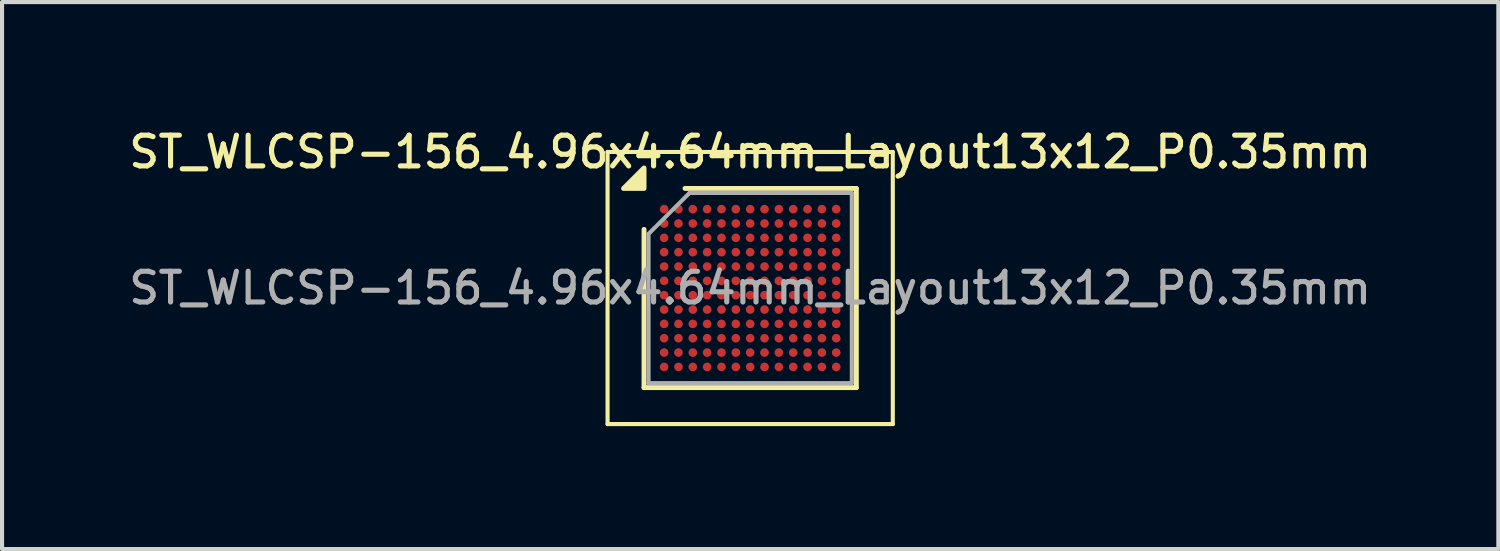
<source format=kicad_pcb>
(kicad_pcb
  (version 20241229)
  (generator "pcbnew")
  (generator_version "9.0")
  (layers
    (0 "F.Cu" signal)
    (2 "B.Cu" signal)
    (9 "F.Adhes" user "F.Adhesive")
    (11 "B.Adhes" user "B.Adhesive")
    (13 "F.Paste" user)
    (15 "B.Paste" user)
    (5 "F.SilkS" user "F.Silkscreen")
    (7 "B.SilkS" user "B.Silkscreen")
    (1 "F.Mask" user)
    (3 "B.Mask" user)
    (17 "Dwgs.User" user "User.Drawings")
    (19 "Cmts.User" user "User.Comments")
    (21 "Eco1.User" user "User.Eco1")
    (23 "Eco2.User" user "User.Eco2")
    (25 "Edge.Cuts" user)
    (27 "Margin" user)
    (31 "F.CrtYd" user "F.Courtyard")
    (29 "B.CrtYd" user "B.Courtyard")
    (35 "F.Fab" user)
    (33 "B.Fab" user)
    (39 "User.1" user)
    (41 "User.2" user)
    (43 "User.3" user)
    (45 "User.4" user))
  (footprint "ST_WLCSP-156_4.96x4.64mm_Layout13x12_P0.35mm"
    (layer "F.Cu")
    (at 15.255 3.978)
    (property "Reference" "ST_WLCSP-156_4.96x4.64mm_Layout13x12_P0.35mm" (at 0 -3.32 0) (layer "F.SilkS") (effects (font (size 0.75 0.75) (thickness 0.125))))
    (attr smd)
    (fp_line (start -3.48 -3.32) (end -3.48 3.32) (stroke (width 0.1) (type solid)) (layer "F.SilkS"))
    (fp_line (start -3.48 3.32) (end 3.48 3.32) (stroke (width 0.1) (type solid)) (layer "F.SilkS"))
    (fp_line (start -2.59 2.43) (end -2.59 -1.43) (stroke (width 0.12) (type solid)) (layer "F.SilkS"))
    (fp_line (start -1.59 -2.43) (end 2.59 -2.43) (stroke (width 0.12) (type solid)) (layer "F.SilkS"))
    (fp_line (start 2.59 -2.43) (end 2.59 2.43) (stroke (width 0.12) (type solid)) (layer "F.SilkS"))
    (fp_line (start 2.59 2.43) (end -2.59 2.43) (stroke (width 0.12) (type solid)) (layer "F.SilkS"))
    (fp_line (start 3.48 -3.32) (end -3.48 -3.32) (stroke (width 0.1) (type solid)) (layer "F.SilkS"))
    (fp_line (start 3.48 3.32) (end 3.48 -3.32) (stroke (width 0.1) (type solid)) (layer "F.SilkS"))
    (fp_poly (pts (xy -2.59 -2.43) (xy -3.09 -2.43) (xy -2.59 -2.93) (xy -2.59 -2.43)) (stroke (width 0.12) (type solid)) (fill yes) (layer "F.SilkS"))
    (fp_line (start -2.48 -1.32) (end -1.48 -2.32) (stroke (width 0.1) (type solid)) (layer "F.Fab"))
    (fp_line (start -2.48 2.32) (end -2.48 -1.32) (stroke (width 0.1) (type solid)) (layer "F.Fab"))
    (fp_line (start -1.48 -2.32) (end 2.48 -2.32) (stroke (width 0.1) (type solid)) (layer "F.Fab"))
    (fp_line (start 2.48 -2.32) (end 2.48 2.32) (stroke (width 0.1) (type solid)) (layer "F.Fab"))
    (fp_line (start 2.48 2.32) (end -2.48 2.32) (stroke (width 0.1) (type solid)) (layer "F.Fab"))
    (fp_text user "${REFERENCE}" (at 0 0 0) (layer "F.Fab") (effects (font (size 0.75 0.75) (thickness 0.125))))
    (pad "A1" smd circle (at -2.1 -1.925) (size 0.21 0.21) (property pad_prop_bga) (layers "F.Cu" "F.Mask" "F.Paste"))
    (pad "A2" smd circle (at -1.75 -1.925) (size 0.21 0.21) (property pad_prop_bga) (layers "F.Cu" "F.Mask" "F.Paste"))
    (pad "A3" smd circle (at -1.4 -1.925) (size 0.21 0.21) (property pad_prop_bga) (layers "F.Cu" "F.Mask" "F.Paste"))
    (pad "A4" smd circle (at -1.05 -1.925) (size 0.21 0.21) (property pad_prop_bga) (layers "F.Cu" "F.Mask" "F.Paste"))
    (pad "A5" smd circle (at -0.7 -1.925) (size 0.21 0.21) (property pad_prop_bga) (layers "F.Cu" "F.Mask" "F.Paste"))
    (pad "A6" smd circle (at -0.35 -1.925) (size 0.21 0.21) (property pad_prop_bga) (layers "F.Cu" "F.Mask" "F.Paste"))
    (pad "A7" smd circle (at 0 -1.925) (size 0.21 0.21) (property pad_prop_bga) (layers "F.Cu" "F.Mask" "F.Paste"))
    (pad "A8" smd circle (at 0.35 -1.925) (size 0.21 0.21) (property pad_prop_bga) (layers "F.Cu" "F.Mask" "F.Paste"))
    (pad "A9" smd circle (at 0.7 -1.925) (size 0.21 0.21) (property pad_prop_bga) (layers "F.Cu" "F.Mask" "F.Paste"))
    (pad "A10" smd circle (at 1.05 -1.925) (size 0.21 0.21) (property pad_prop_bga) (layers "F.Cu" "F.Mask" "F.Paste"))
    (pad "A11" smd circle (at 1.4 -1.925) (size 0.21 0.21) (property pad_prop_bga) (layers "F.Cu" "F.Mask" "F.Paste"))
    (pad "A12" smd circle (at 1.75 -1.925) (size 0.21 0.21) (property pad_prop_bga) (layers "F.Cu" "F.Mask" "F.Paste"))
    (pad "A13" smd circle (at 2.1 -1.925) (size 0.21 0.21) (property pad_prop_bga) (layers "F.Cu" "F.Mask" "F.Paste"))
    (pad "B1" smd circle (at -2.1 -1.575) (size 0.21 0.21) (property pad_prop_bga) (layers "F.Cu" "F.Mask" "F.Paste"))
    (pad "B2" smd circle (at -1.75 -1.575) (size 0.21 0.21) (property pad_prop_bga) (layers "F.Cu" "F.Mask" "F.Paste"))
    (pad "B3" smd circle (at -1.4 -1.575) (size 0.21 0.21) (property pad_prop_bga) (layers "F.Cu" "F.Mask" "F.Paste"))
    (pad "B4" smd circle (at -1.05 -1.575) (size 0.21 0.21) (property pad_prop_bga) (layers "F.Cu" "F.Mask" "F.Paste"))
    (pad "B5" smd circle (at -0.7 -1.575) (size 0.21 0.21) (property pad_prop_bga) (layers "F.Cu" "F.Mask" "F.Paste"))
    (pad "B6" smd circle (at -0.35 -1.575) (size 0.21 0.21) (property pad_prop_bga) (layers "F.Cu" "F.Mask" "F.Paste"))
    (pad "B7" smd circle (at 0 -1.575) (size 0.21 0.21) (property pad_prop_bga) (layers "F.Cu" "F.Mask" "F.Paste"))
    (pad "B8" smd circle (at 0.35 -1.575) (size 0.21 0.21) (property pad_prop_bga) (layers "F.Cu" "F.Mask" "F.Paste"))
    (pad "B9" smd circle (at 0.7 -1.575) (size 0.21 0.21) (property pad_prop_bga) (layers "F.Cu" "F.Mask" "F.Paste"))
    (pad "B10" smd circle (at 1.05 -1.575) (size 0.21 0.21) (property pad_prop_bga) (layers "F.Cu" "F.Mask" "F.Paste"))
    (pad "B11" smd circle (at 1.4 -1.575) (size 0.21 0.21) (property pad_prop_bga) (layers "F.Cu" "F.Mask" "F.Paste"))
    (pad "B12" smd circle (at 1.75 -1.575) (size 0.21 0.21) (property pad_prop_bga) (layers "F.Cu" "F.Mask" "F.Paste"))
    (pad "B13" smd circle (at 2.1 -1.575) (size 0.21 0.21) (property pad_prop_bga) (layers "F.Cu" "F.Mask" "F.Paste"))
    (pad "C1" smd circle (at -2.1 -1.225) (size 0.21 0.21) (property pad_prop_bga) (layers "F.Cu" "F.Mask" "F.Paste"))
    (pad "C2" smd circle (at -1.75 -1.225) (size 0.21 0.21) (property pad_prop_bga) (layers "F.Cu" "F.Mask" "F.Paste"))
    (pad "C3" smd circle (at -1.4 -1.225) (size 0.21 0.21) (property pad_prop_bga) (layers "F.Cu" "F.Mask" "F.Paste"))
    (pad "C4" smd circle (at -1.05 -1.225) (size 0.21 0.21) (property pad_prop_bga) (layers "F.Cu" "F.Mask" "F.Paste"))
    (pad "C5" smd circle (at -0.7 -1.225) (size 0.21 0.21) (property pad_prop_bga) (layers "F.Cu" "F.Mask" "F.Paste"))
    (pad "C6" smd circle (at -0.35 -1.225) (size 0.21 0.21) (property pad_prop_bga) (layers "F.Cu" "F.Mask" "F.Paste"))
    (pad "C7" smd circle (at 0 -1.225) (size 0.21 0.21) (property pad_prop_bga) (layers "F.Cu" "F.Mask" "F.Paste"))
    (pad "C8" smd circle (at 0.35 -1.225) (size 0.21 0.21) (property pad_prop_bga) (layers "F.Cu" "F.Mask" "F.Paste"))
    (pad "C9" smd circle (at 0.7 -1.225) (size 0.21 0.21) (property pad_prop_bga) (layers "F.Cu" "F.Mask" "F.Paste"))
    (pad "C10" smd circle (at 1.05 -1.225) (size 0.21 0.21) (property pad_prop_bga) (layers "F.Cu" "F.Mask" "F.Paste"))
    (pad "C11" smd circle (at 1.4 -1.225) (size 0.21 0.21) (property pad_prop_bga) (layers "F.Cu" "F.Mask" "F.Paste"))
    (pad "C12" smd circle (at 1.75 -1.225) (size 0.21 0.21) (property pad_prop_bga) (layers "F.Cu" "F.Mask" "F.Paste"))
    (pad "C13" smd circle (at 2.1 -1.225) (size 0.21 0.21) (property pad_prop_bga) (layers "F.Cu" "F.Mask" "F.Paste"))
    (pad "D1" smd circle (at -2.1 -0.875) (size 0.21 0.21) (property pad_prop_bga) (layers "F.Cu" "F.Mask" "F.Paste"))
    (pad "D2" smd circle (at -1.75 -0.875) (size 0.21 0.21) (property pad_prop_bga) (layers "F.Cu" "F.Mask" "F.Paste"))
    (pad "D3" smd circle (at -1.4 -0.875) (size 0.21 0.21) (property pad_prop_bga) (layers "F.Cu" "F.Mask" "F.Paste"))
    (pad "D4" smd circle (at -1.05 -0.875) (size 0.21 0.21) (property pad_prop_bga) (layers "F.Cu" "F.Mask" "F.Paste"))
    (pad "D5" smd circle (at -0.7 -0.875) (size 0.21 0.21) (property pad_prop_bga) (layers "F.Cu" "F.Mask" "F.Paste"))
    (pad "D6" smd circle (at -0.35 -0.875) (size 0.21 0.21) (property pad_prop_bga) (layers "F.Cu" "F.Mask" "F.Paste"))
    (pad "D7" smd circle (at 0 -0.875) (size 0.21 0.21) (property pad_prop_bga) (layers "F.Cu" "F.Mask" "F.Paste"))
    (pad "D8" smd circle (at 0.35 -0.875) (size 0.21 0.21) (property pad_prop_bga) (layers "F.Cu" "F.Mask" "F.Paste"))
    (pad "D9" smd circle (at 0.7 -0.875) (size 0.21 0.21) (property pad_prop_bga) (layers "F.Cu" "F.Mask" "F.Paste"))
    (pad "D10" smd circle (at 1.05 -0.875) (size 0.21 0.21) (property pad_prop_bga) (layers "F.Cu" "F.Mask" "F.Paste"))
    (pad "D11" smd circle (at 1.4 -0.875) (size 0.21 0.21) (property pad_prop_bga) (layers "F.Cu" "F.Mask" "F.Paste"))
    (pad "D12" smd circle (at 1.75 -0.875) (size 0.21 0.21) (property pad_prop_bga) (layers "F.Cu" "F.Mask" "F.Paste"))
    (pad "D13" smd circle (at 2.1 -0.875) (size 0.21 0.21) (property pad_prop_bga) (layers "F.Cu" "F.Mask" "F.Paste"))
    (pad "E1" smd circle (at -2.1 -0.525) (size 0.21 0.21) (property pad_prop_bga) (layers "F.Cu" "F.Mask" "F.Paste"))
    (pad "E2" smd circle (at -1.75 -0.525) (size 0.21 0.21) (property pad_prop_bga) (layers "F.Cu" "F.Mask" "F.Paste"))
    (pad "E3" smd circle (at -1.4 -0.525) (size 0.21 0.21) (property pad_prop_bga) (layers "F.Cu" "F.Mask" "F.Paste"))
    (pad "E4" smd circle (at -1.05 -0.525) (size 0.21 0.21) (property pad_prop_bga) (layers "F.Cu" "F.Mask" "F.Paste"))
    (pad "E5" smd circle (at -0.7 -0.525) (size 0.21 0.21) (property pad_prop_bga) (layers "F.Cu" "F.Mask" "F.Paste"))
    (pad "E6" smd circle (at -0.35 -0.525) (size 0.21 0.21) (property pad_prop_bga) (layers "F.Cu" "F.Mask" "F.Paste"))
    (pad "E7" smd circle (at 0 -0.525) (size 0.21 0.21) (property pad_prop_bga) (layers "F.Cu" "F.Mask" "F.Paste"))
    (pad "E8" smd circle (at 0.35 -0.525) (size 0.21 0.21) (property pad_prop_bga) (layers "F.Cu" "F.Mask" "F.Paste"))
    (pad "E9" smd circle (at 0.7 -0.525) (size 0.21 0.21) (property pad_prop_bga) (layers "F.Cu" "F.Mask" "F.Paste"))
    (pad "E10" smd circle (at 1.05 -0.525) (size 0.21 0.21) (property pad_prop_bga) (layers "F.Cu" "F.Mask" "F.Paste"))
    (pad "E11" smd circle (at 1.4 -0.525) (size 0.21 0.21) (property pad_prop_bga) (layers "F.Cu" "F.Mask" "F.Paste"))
    (pad "E12" smd circle (at 1.75 -0.525) (size 0.21 0.21) (property pad_prop_bga) (layers "F.Cu" "F.Mask" "F.Paste"))
    (pad "E13" smd circle (at 2.1 -0.525) (size 0.21 0.21) (property pad_prop_bga) (layers "F.Cu" "F.Mask" "F.Paste"))
    (pad "F1" smd circle (at -2.1 -0.175) (size 0.21 0.21) (property pad_prop_bga) (layers "F.Cu" "F.Mask" "F.Paste"))
    (pad "F2" smd circle (at -1.75 -0.175) (size 0.21 0.21) (property pad_prop_bga) (layers "F.Cu" "F.Mask" "F.Paste"))
    (pad "F3" smd circle (at -1.4 -0.175) (size 0.21 0.21) (property pad_prop_bga) (layers "F.Cu" "F.Mask" "F.Paste"))
    (pad "F4" smd circle (at -1.05 -0.175) (size 0.21 0.21) (property pad_prop_bga) (layers "F.Cu" "F.Mask" "F.Paste"))
    (pad "F5" smd circle (at -0.7 -0.175) (size 0.21 0.21) (property pad_prop_bga) (layers "F.Cu" "F.Mask" "F.Paste"))
    (pad "F6" smd circle (at -0.35 -0.175) (size 0.21 0.21) (property pad_prop_bga) (layers "F.Cu" "F.Mask" "F.Paste"))
    (pad "F7" smd circle (at 0 -0.175) (size 0.21 0.21) (property pad_prop_bga) (layers "F.Cu" "F.Mask" "F.Paste"))
    (pad "F8" smd circle (at 0.35 -0.175) (size 0.21 0.21) (property pad_prop_bga) (layers "F.Cu" "F.Mask" "F.Paste"))
    (pad "F9" smd circle (at 0.7 -0.175) (size 0.21 0.21) (property pad_prop_bga) (layers "F.Cu" "F.Mask" "F.Paste"))
    (pad "F10" smd circle (at 1.05 -0.175) (size 0.21 0.21) (property pad_prop_bga) (layers "F.Cu" "F.Mask" "F.Paste"))
    (pad "F11" smd circle (at 1.4 -0.175) (size 0.21 0.21) (property pad_prop_bga) (layers "F.Cu" "F.Mask" "F.Paste"))
    (pad "F12" smd circle (at 1.75 -0.175) (size 0.21 0.21) (property pad_prop_bga) (layers "F.Cu" "F.Mask" "F.Paste"))
    (pad "F13" smd circle (at 2.1 -0.175) (size 0.21 0.21) (property pad_prop_bga) (layers "F.Cu" "F.Mask" "F.Paste"))
    (pad "G1" smd circle (at -2.1 0.175) (size 0.21 0.21) (property pad_prop_bga) (layers "F.Cu" "F.Mask" "F.Paste"))
    (pad "G2" smd circle (at -1.75 0.175) (size 0.21 0.21) (property pad_prop_bga) (layers "F.Cu" "F.Mask" "F.Paste"))
    (pad "G3" smd circle (at -1.4 0.175) (size 0.21 0.21) (property pad_prop_bga) (layers "F.Cu" "F.Mask" "F.Paste"))
    (pad "G4" smd circle (at -1.05 0.175) (size 0.21 0.21) (property pad_prop_bga) (layers "F.Cu" "F.Mask" "F.Paste"))
    (pad "G5" smd circle (at -0.7 0.175) (size 0.21 0.21) (property pad_prop_bga) (layers "F.Cu" "F.Mask" "F.Paste"))
    (pad "G6" smd circle (at -0.35 0.175) (size 0.21 0.21) (property pad_prop_bga) (layers "F.Cu" "F.Mask" "F.Paste"))
    (pad "G7" smd circle (at 0 0.175) (size 0.21 0.21) (property pad_prop_bga) (layers "F.Cu" "F.Mask" "F.Paste"))
    (pad "G8" smd circle (at 0.35 0.175) (size 0.21 0.21) (property pad_prop_bga) (layers "F.Cu" "F.Mask" "F.Paste"))
    (pad "G9" smd circle (at 0.7 0.175) (size 0.21 0.21) (property pad_prop_bga) (layers "F.Cu" "F.Mask" "F.Paste"))
    (pad "G10" smd circle (at 1.05 0.175) (size 0.21 0.21) (property pad_prop_bga) (layers "F.Cu" "F.Mask" "F.Paste"))
    (pad "G11" smd circle (at 1.4 0.175) (size 0.21 0.21) (property pad_prop_bga) (layers "F.Cu" "F.Mask" "F.Paste"))
    (pad "G12" smd circle (at 1.75 0.175) (size 0.21 0.21) (property pad_prop_bga) (layers "F.Cu" "F.Mask" "F.Paste"))
    (pad "G13" smd circle (at 2.1 0.175) (size 0.21 0.21) (property pad_prop_bga) (layers "F.Cu" "F.Mask" "F.Paste"))
    (pad "H1" smd circle (at -2.1 0.525) (size 0.21 0.21) (property pad_prop_bga) (layers "F.Cu" "F.Mask" "F.Paste"))
    (pad "H2" smd circle (at -1.75 0.525) (size 0.21 0.21) (property pad_prop_bga) (layers "F.Cu" "F.Mask" "F.Paste"))
    (pad "H3" smd circle (at -1.4 0.525) (size 0.21 0.21) (property pad_prop_bga) (layers "F.Cu" "F.Mask" "F.Paste"))
    (pad "H4" smd circle (at -1.05 0.525) (size 0.21 0.21) (property pad_prop_bga) (layers "F.Cu" "F.Mask" "F.Paste"))
    (pad "H5" smd circle (at -0.7 0.525) (size 0.21 0.21) (property pad_prop_bga) (layers "F.Cu" "F.Mask" "F.Paste"))
    (pad "H6" smd circle (at -0.35 0.525) (size 0.21 0.21) (property pad_prop_bga) (layers "F.Cu" "F.Mask" "F.Paste"))
    (pad "H7" smd circle (at 0 0.525) (size 0.21 0.21) (property pad_prop_bga) (layers "F.Cu" "F.Mask" "F.Paste"))
    (pad "H8" smd circle (at 0.35 0.525) (size 0.21 0.21) (property pad_prop_bga) (layers "F.Cu" "F.Mask" "F.Paste"))
    (pad "H9" smd circle (at 0.7 0.525) (size 0.21 0.21) (property pad_prop_bga) (layers "F.Cu" "F.Mask" "F.Paste"))
    (pad "H10" smd circle (at 1.05 0.525) (size 0.21 0.21) (property pad_prop_bga) (layers "F.Cu" "F.Mask" "F.Paste"))
    (pad "H11" smd circle (at 1.4 0.525) (size 0.21 0.21) (property pad_prop_bga) (layers "F.Cu" "F.Mask" "F.Paste"))
    (pad "H12" smd circle (at 1.75 0.525) (size 0.21 0.21) (property pad_prop_bga) (layers "F.Cu" "F.Mask" "F.Paste"))
    (pad "H13" smd circle (at 2.1 0.525) (size 0.21 0.21) (property pad_prop_bga) (layers "F.Cu" "F.Mask" "F.Paste"))
    (pad "J1" smd circle (at -2.1 0.875) (size 0.21 0.21) (property pad_prop_bga) (layers "F.Cu" "F.Mask" "F.Paste"))
    (pad "J2" smd circle (at -1.75 0.875) (size 0.21 0.21) (property pad_prop_bga) (layers "F.Cu" "F.Mask" "F.Paste"))
    (pad "J3" smd circle (at -1.4 0.875) (size 0.21 0.21) (property pad_prop_bga) (layers "F.Cu" "F.Mask" "F.Paste"))
    (pad "J4" smd circle (at -1.05 0.875) (size 0.21 0.21) (property pad_prop_bga) (layers "F.Cu" "F.Mask" "F.Paste"))
    (pad "J5" smd circle (at -0.7 0.875) (size 0.21 0.21) (property pad_prop_bga) (layers "F.Cu" "F.Mask" "F.Paste"))
    (pad "J6" smd circle (at -0.35 0.875) (size 0.21 0.21) (property pad_prop_bga) (layers "F.Cu" "F.Mask" "F.Paste"))
    (pad "J7" smd circle (at 0 0.875) (size 0.21 0.21) (property pad_prop_bga) (layers "F.Cu" "F.Mask" "F.Paste"))
    (pad "J8" smd circle (at 0.35 0.875) (size 0.21 0.21) (property pad_prop_bga) (layers "F.Cu" "F.Mask" "F.Paste"))
    (pad "J9" smd circle (at 0.7 0.875) (size 0.21 0.21) (property pad_prop_bga) (layers "F.Cu" "F.Mask" "F.Paste"))
    (pad "J10" smd circle (at 1.05 0.875) (size 0.21 0.21) (property pad_prop_bga) (layers "F.Cu" "F.Mask" "F.Paste"))
    (pad "J11" smd circle (at 1.4 0.875) (size 0.21 0.21) (property pad_prop_bga) (layers "F.Cu" "F.Mask" "F.Paste"))
    (pad "J12" smd circle (at 1.75 0.875) (size 0.21 0.21) (property pad_prop_bga) (layers "F.Cu" "F.Mask" "F.Paste"))
    (pad "J13" smd circle (at 2.1 0.875) (size 0.21 0.21) (property pad_prop_bga) (layers "F.Cu" "F.Mask" "F.Paste"))
    (pad "K1" smd circle (at -2.1 1.225) (size 0.21 0.21) (property pad_prop_bga) (layers "F.Cu" "F.Mask" "F.Paste"))
    (pad "K2" smd circle (at -1.75 1.225) (size 0.21 0.21) (property pad_prop_bga) (layers "F.Cu" "F.Mask" "F.Paste"))
    (pad "K3" smd circle (at -1.4 1.225) (size 0.21 0.21) (property pad_prop_bga) (layers "F.Cu" "F.Mask" "F.Paste"))
    (pad "K4" smd circle (at -1.05 1.225) (size 0.21 0.21) (property pad_prop_bga) (layers "F.Cu" "F.Mask" "F.Paste"))
    (pad "K5" smd circle (at -0.7 1.225) (size 0.21 0.21) (property pad_prop_bga) (layers "F.Cu" "F.Mask" "F.Paste"))
    (pad "K6" smd circle (at -0.35 1.225) (size 0.21 0.21) (property pad_prop_bga) (layers "F.Cu" "F.Mask" "F.Paste"))
    (pad "K7" smd circle (at 0 1.225) (size 0.21 0.21) (property pad_prop_bga) (layers "F.Cu" "F.Mask" "F.Paste"))
    (pad "K8" smd circle (at 0.35 1.225) (size 0.21 0.21) (property pad_prop_bga) (layers "F.Cu" "F.Mask" "F.Paste"))
    (pad "K9" smd circle (at 0.7 1.225) (size 0.21 0.21) (property pad_prop_bga) (layers "F.Cu" "F.Mask" "F.Paste"))
    (pad "K10" smd circle (at 1.05 1.225) (size 0.21 0.21) (property pad_prop_bga) (layers "F.Cu" "F.Mask" "F.Paste"))
    (pad "K11" smd circle (at 1.4 1.225) (size 0.21 0.21) (property pad_prop_bga) (layers "F.Cu" "F.Mask" "F.Paste"))
    (pad "K12" smd circle (at 1.75 1.225) (size 0.21 0.21) (property pad_prop_bga) (layers "F.Cu" "F.Mask" "F.Paste"))
    (pad "K13" smd circle (at 2.1 1.225) (size 0.21 0.21) (property pad_prop_bga) (layers "F.Cu" "F.Mask" "F.Paste"))
    (pad "L1" smd circle (at -2.1 1.575) (size 0.21 0.21) (property pad_prop_bga) (layers "F.Cu" "F.Mask" "F.Paste"))
    (pad "L2" smd circle (at -1.75 1.575) (size 0.21 0.21) (property pad_prop_bga) (layers "F.Cu" "F.Mask" "F.Paste"))
    (pad "L3" smd circle (at -1.4 1.575) (size 0.21 0.21) (property pad_prop_bga) (layers "F.Cu" "F.Mask" "F.Paste"))
    (pad "L4" smd circle (at -1.05 1.575) (size 0.21 0.21) (property pad_prop_bga) (layers "F.Cu" "F.Mask" "F.Paste"))
    (pad "L5" smd circle (at -0.7 1.575) (size 0.21 0.21) (property pad_prop_bga) (layers "F.Cu" "F.Mask" "F.Paste"))
    (pad "L6" smd circle (at -0.35 1.575) (size 0.21 0.21) (property pad_prop_bga) (layers "F.Cu" "F.Mask" "F.Paste"))
    (pad "L7" smd circle (at 0 1.575) (size 0.21 0.21) (property pad_prop_bga) (layers "F.Cu" "F.Mask" "F.Paste"))
    (pad "L8" smd circle (at 0.35 1.575) (size 0.21 0.21) (property pad_prop_bga) (layers "F.Cu" "F.Mask" "F.Paste"))
    (pad "L9" smd circle (at 0.7 1.575) (size 0.21 0.21) (property pad_prop_bga) (layers "F.Cu" "F.Mask" "F.Paste"))
    (pad "L10" smd circle (at 1.05 1.575) (size 0.21 0.21) (property pad_prop_bga) (layers "F.Cu" "F.Mask" "F.Paste"))
    (pad "L11" smd circle (at 1.4 1.575) (size 0.21 0.21) (property pad_prop_bga) (layers "F.Cu" "F.Mask" "F.Paste"))
    (pad "L12" smd circle (at 1.75 1.575) (size 0.21 0.21) (property pad_prop_bga) (layers "F.Cu" "F.Mask" "F.Paste"))
    (pad "L13" smd circle (at 2.1 1.575) (size 0.21 0.21) (property pad_prop_bga) (layers "F.Cu" "F.Mask" "F.Paste"))
    (pad "M1" smd circle (at -2.1 1.925) (size 0.21 0.21) (property pad_prop_bga) (layers "F.Cu" "F.Mask" "F.Paste"))
    (pad "M2" smd circle (at -1.75 1.925) (size 0.21 0.21) (property pad_prop_bga) (layers "F.Cu" "F.Mask" "F.Paste"))
    (pad "M3" smd circle (at -1.4 1.925) (size 0.21 0.21) (property pad_prop_bga) (layers "F.Cu" "F.Mask" "F.Paste"))
    (pad "M4" smd circle (at -1.05 1.925) (size 0.21 0.21) (property pad_prop_bga) (layers "F.Cu" "F.Mask" "F.Paste"))
    (pad "M5" smd circle (at -0.7 1.925) (size 0.21 0.21) (property pad_prop_bga) (layers "F.Cu" "F.Mask" "F.Paste"))
    (pad "M6" smd circle (at -0.35 1.925) (size 0.21 0.21) (property pad_prop_bga) (layers "F.Cu" "F.Mask" "F.Paste"))
    (pad "M7" smd circle (at 0 1.925) (size 0.21 0.21) (property pad_prop_bga) (layers "F.Cu" "F.Mask" "F.Paste"))
    (pad "M8" smd circle (at 0.35 1.925) (size 0.21 0.21) (property pad_prop_bga) (layers "F.Cu" "F.Mask" "F.Paste"))
    (pad "M9" smd circle (at 0.7 1.925) (size 0.21 0.21) (property pad_prop_bga) (layers "F.Cu" "F.Mask" "F.Paste"))
    (pad "M10" smd circle (at 1.05 1.925) (size 0.21 0.21) (property pad_prop_bga) (layers "F.Cu" "F.Mask" "F.Paste"))
    (pad "M11" smd circle (at 1.4 1.925) (size 0.21 0.21) (property pad_prop_bga) (layers "F.Cu" "F.Mask" "F.Paste"))
    (pad "M12" smd circle (at 1.75 1.925) (size 0.21 0.21) (property pad_prop_bga) (layers "F.Cu" "F.Mask" "F.Paste"))
    (pad "M13" smd circle (at 2.1 1.925) (size 0.21 0.21) (property pad_prop_bga) (layers "F.Cu" "F.Mask" "F.Paste")))
  (gr_rect
    (start -3 -3)
    (end 33.511 10.348)
    (stroke (width 0.1) (type default))
    (fill no)
    (layer "Edge.Cuts")))
</source>
